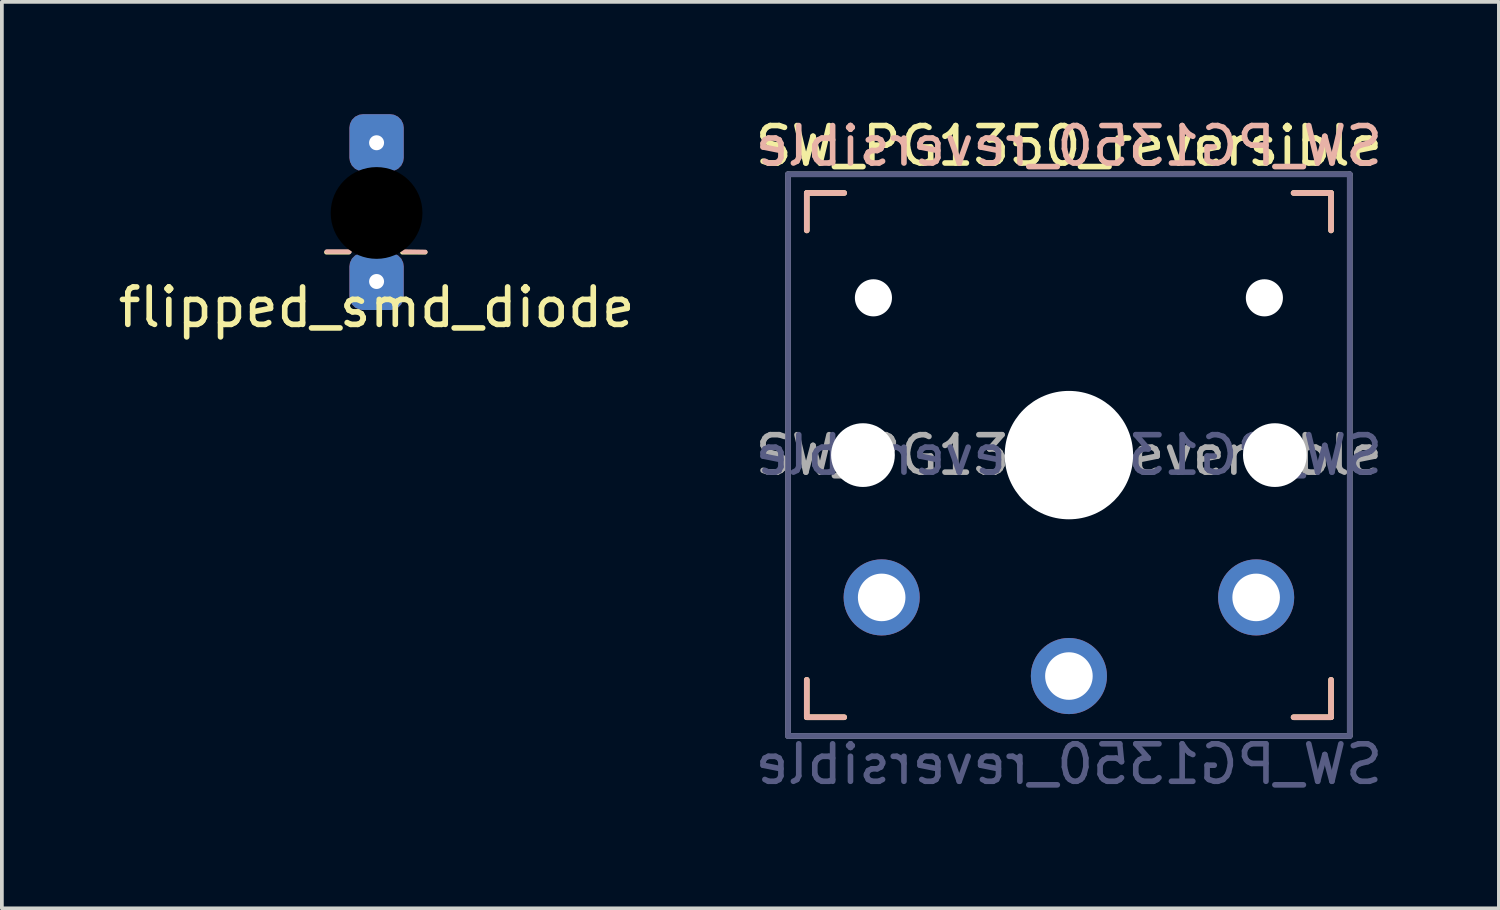
<source format=kicad_pcb>
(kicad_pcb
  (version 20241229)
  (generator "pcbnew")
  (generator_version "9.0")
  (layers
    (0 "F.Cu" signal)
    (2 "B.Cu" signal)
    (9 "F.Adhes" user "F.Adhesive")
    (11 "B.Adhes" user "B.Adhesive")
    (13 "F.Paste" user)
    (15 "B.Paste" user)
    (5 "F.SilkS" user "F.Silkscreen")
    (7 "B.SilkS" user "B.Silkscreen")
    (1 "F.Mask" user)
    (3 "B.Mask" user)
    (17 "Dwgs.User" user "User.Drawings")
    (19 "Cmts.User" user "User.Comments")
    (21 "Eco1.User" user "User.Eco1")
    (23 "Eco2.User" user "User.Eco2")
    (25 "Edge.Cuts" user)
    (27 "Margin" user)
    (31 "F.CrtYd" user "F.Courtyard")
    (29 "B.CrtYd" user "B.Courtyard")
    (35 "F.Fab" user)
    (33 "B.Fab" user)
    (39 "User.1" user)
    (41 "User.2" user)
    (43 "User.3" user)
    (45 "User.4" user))
  (footprint "flipped_smd_diode"
    (layer "F.Cu")
    (at 7.006 5.657)
    (property "Reference" "flipped_smd_diode" (at 0 -0.5 0) (unlocked yes) (layer "F.SilkS") (effects (font (size 1 1) (thickness 0.15))))
    (attr through_hole)
    (fp_line (start -0.74 -1.97) (end -1.34 -1.97) (stroke (width 0.12) (type solid)) (layer "F.SilkS"))
    (fp_line (start 0.69 -1.97) (end 1.3 -1.97) (stroke (width 0.12) (type solid)) (layer "F.SilkS"))
    (fp_line (start -0.72 -1.99) (end -1.33 -1.99) (stroke (width 0.12) (type solid)) (layer "B.SilkS"))
    (fp_line (start 0.71 -1.99) (end 1.3 -1.98) (stroke (width 0.12) (type solid)) (layer "B.SilkS"))
    (pad "" np_thru_hole circle (at 0 -3.02) (size 2.45 2.45) (drill 2.45) (layers "*.Mask"))
    (pad "0" thru_hole roundrect (at 0 -1.19) (size 1.45 1.524) (drill 0.4) (layers "*.Cu" "*.Mask") (roundrect_rratio 0.25))
    (pad "1" thru_hole roundrect (at 0 -4.895 180) (size 1.45 1.524) (drill 0.4) (layers "*.Cu" "*.Mask") (roundrect_rratio 0.25)))
  (footprint "SW_PG1350_reversible"
    (layer "F.Cu")
    (at 25.494 9.103)
    (property "Reference" "SW_PG1350_reversible" (at 0 -8.255 0) (layer "F.SilkS") (effects (font (size 1 1) (thickness 0.15))))
    (property "Value" "SW_PG1350_reversible" (at 0 8.255 0) (layer "F.Fab") (hide yes) (effects (font (size 1 1) (thickness 0.15))))
    (attr through_hole)
    (fp_line (start -7 -7) (end -6 -7) (stroke (width 0.15) (type solid)) (layer "F.SilkS"))
    (fp_line (start -7 -6) (end -7 -7) (stroke (width 0.15) (type solid)) (layer "F.SilkS"))
    (fp_line (start -7 7) (end -7 6) (stroke (width 0.15) (type solid)) (layer "F.SilkS"))
    (fp_line (start -6 7) (end -7 7) (stroke (width 0.15) (type solid)) (layer "F.SilkS"))
    (fp_line (start 6 -7) (end 7 -7) (stroke (width 0.15) (type solid)) (layer "F.SilkS"))
    (fp_line (start 7 -7) (end 7 -6) (stroke (width 0.15) (type solid)) (layer "F.SilkS"))
    (fp_line (start 7 6) (end 7 7) (stroke (width 0.15) (type solid)) (layer "F.SilkS"))
    (fp_line (start 7 7) (end 6 7) (stroke (width 0.15) (type solid)) (layer "F.SilkS"))
    (fp_line (start -7 -7) (end -6 -7) (stroke (width 0.15) (type solid)) (layer "B.SilkS"))
    (fp_line (start -7 -6) (end -7 -7) (stroke (width 0.15) (type solid)) (layer "B.SilkS"))
    (fp_line (start -7 7) (end -7 6) (stroke (width 0.15) (type solid)) (layer "B.SilkS"))
    (fp_line (start -6 7) (end -7 7) (stroke (width 0.15) (type solid)) (layer "B.SilkS"))
    (fp_line (start 6 -7) (end 7 -7) (stroke (width 0.15) (type solid)) (layer "B.SilkS"))
    (fp_line (start 7 -7) (end 7 -6) (stroke (width 0.15) (type solid)) (layer "B.SilkS"))
    (fp_line (start 7 6) (end 7 7) (stroke (width 0.15) (type solid)) (layer "B.SilkS"))
    (fp_line (start 7 7) (end 6 7) (stroke (width 0.15) (type solid)) (layer "B.SilkS"))
    (fp_line (start -6.9 6.9) (end -6.9 -6.9) (stroke (width 0.15) (type solid)) (layer "Eco2.User"))
    (fp_line (start -6.9 6.9) (end 6.9 6.9) (stroke (width 0.15) (type solid)) (layer "Eco2.User"))
    (fp_line (start -2.6 -3.1) (end -2.6 -6.3) (stroke (width 0.15) (type solid)) (layer "Eco2.User"))
    (fp_line (start -2.6 -3.1) (end 2.6 -3.1) (stroke (width 0.15) (type solid)) (layer "Eco2.User"))
    (fp_line (start 2.6 -6.3) (end -2.6 -6.3) (stroke (width 0.15) (type solid)) (layer "Eco2.User"))
    (fp_line (start 2.6 -3.1) (end 2.6 -6.3) (stroke (width 0.15) (type solid)) (layer "Eco2.User"))
    (fp_line (start 6.9 -6.9) (end -6.9 -6.9) (stroke (width 0.15) (type solid)) (layer "Eco2.User"))
    (fp_line (start 6.9 -6.9) (end 6.9 6.9) (stroke (width 0.15) (type solid)) (layer "Eco2.User"))
    (fp_line (start -7.5 -7.5) (end 7.5 -7.5) (stroke (width 0.15) (type solid)) (layer "B.Fab"))
    (fp_line (start -7.5 7.5) (end -7.5 -7.5) (stroke (width 0.15) (type solid)) (layer "B.Fab"))
    (fp_line (start 7.5 -7.5) (end 7.5 7.5) (stroke (width 0.15) (type solid)) (layer "B.Fab"))
    (fp_line (start 7.5 7.5) (end -7.5 7.5) (stroke (width 0.15) (type solid)) (layer "B.Fab"))
    (fp_line (start -7.5 -7.5) (end 7.5 -7.5) (stroke (width 0.15) (type solid)) (layer "F.Fab"))
    (fp_line (start -7.5 7.5) (end -7.5 -7.5) (stroke (width 0.15) (type solid)) (layer "F.Fab"))
    (fp_line (start 7.5 -7.5) (end 7.5 7.5) (stroke (width 0.15) (type solid)) (layer "F.Fab"))
    (fp_line (start 7.5 7.5) (end -7.5 7.5) (stroke (width 0.15) (type solid)) (layer "F.Fab"))
    (fp_text user "${REFERENCE}" (at 0 -8.255 0) (layer "B.SilkS") (effects (font (size 1 1) (thickness 0.15)) (justify mirror)))
    (fp_text user "${VALUE}" (at 0 8.255 0) (layer "B.Fab") (effects (font (size 1 1) (thickness 0.15)) (justify mirror)))
    (fp_text user "${REFERENCE}" (at 0 0 0) (layer "B.Fab") (effects (font (size 1 1) (thickness 0.15)) (justify mirror)))
    (fp_text user "${REFERENCE}" (at 0 0 0) (layer "F.Fab") (effects (font (size 1 1) (thickness 0.15))))
    (pad "" np_thru_hole circle (at -5.5 0) (size 1.702 1.702) (drill 1.702) (layers "*.Cu" "*.Mask"))
    (pad "" np_thru_hole circle (at -5.22 -4.2) (size 0.991 0.991) (drill 0.991) (layers "*.Cu" "*.Mask"))
    (pad "" np_thru_hole circle (at 0 0) (size 3.429 3.429) (drill 3.429) (layers "*.Cu" "*.Mask"))
    (pad "" np_thru_hole circle (at 5.22 -4.2) (size 0.991 0.991) (drill 0.991) (layers "*.Cu" "*.Mask"))
    (pad "" np_thru_hole circle (at 5.5 0) (size 1.702 1.702) (drill 1.702) (layers "*.Cu" "*.Mask"))
    (pad "1" thru_hole circle (at 0 5.9) (size 2.032 2.032) (drill 1.27) (layers "*.Cu" "*.Mask"))
    (pad "2" thru_hole circle (at -5 3.8) (size 2.032 2.032) (drill 1.27) (layers "*.Cu" "*.Mask"))
    (pad "2" thru_hole circle (at 5 3.8) (size 2.032 2.032) (drill 1.27) (layers "*.Cu" "*.Mask")))
  (gr_rect
    (start -3 -3)
    (end 36.976 21.206)
    (stroke (width 0.1) (type default))
    (fill no)
    (layer "Edge.Cuts")))
</source>
